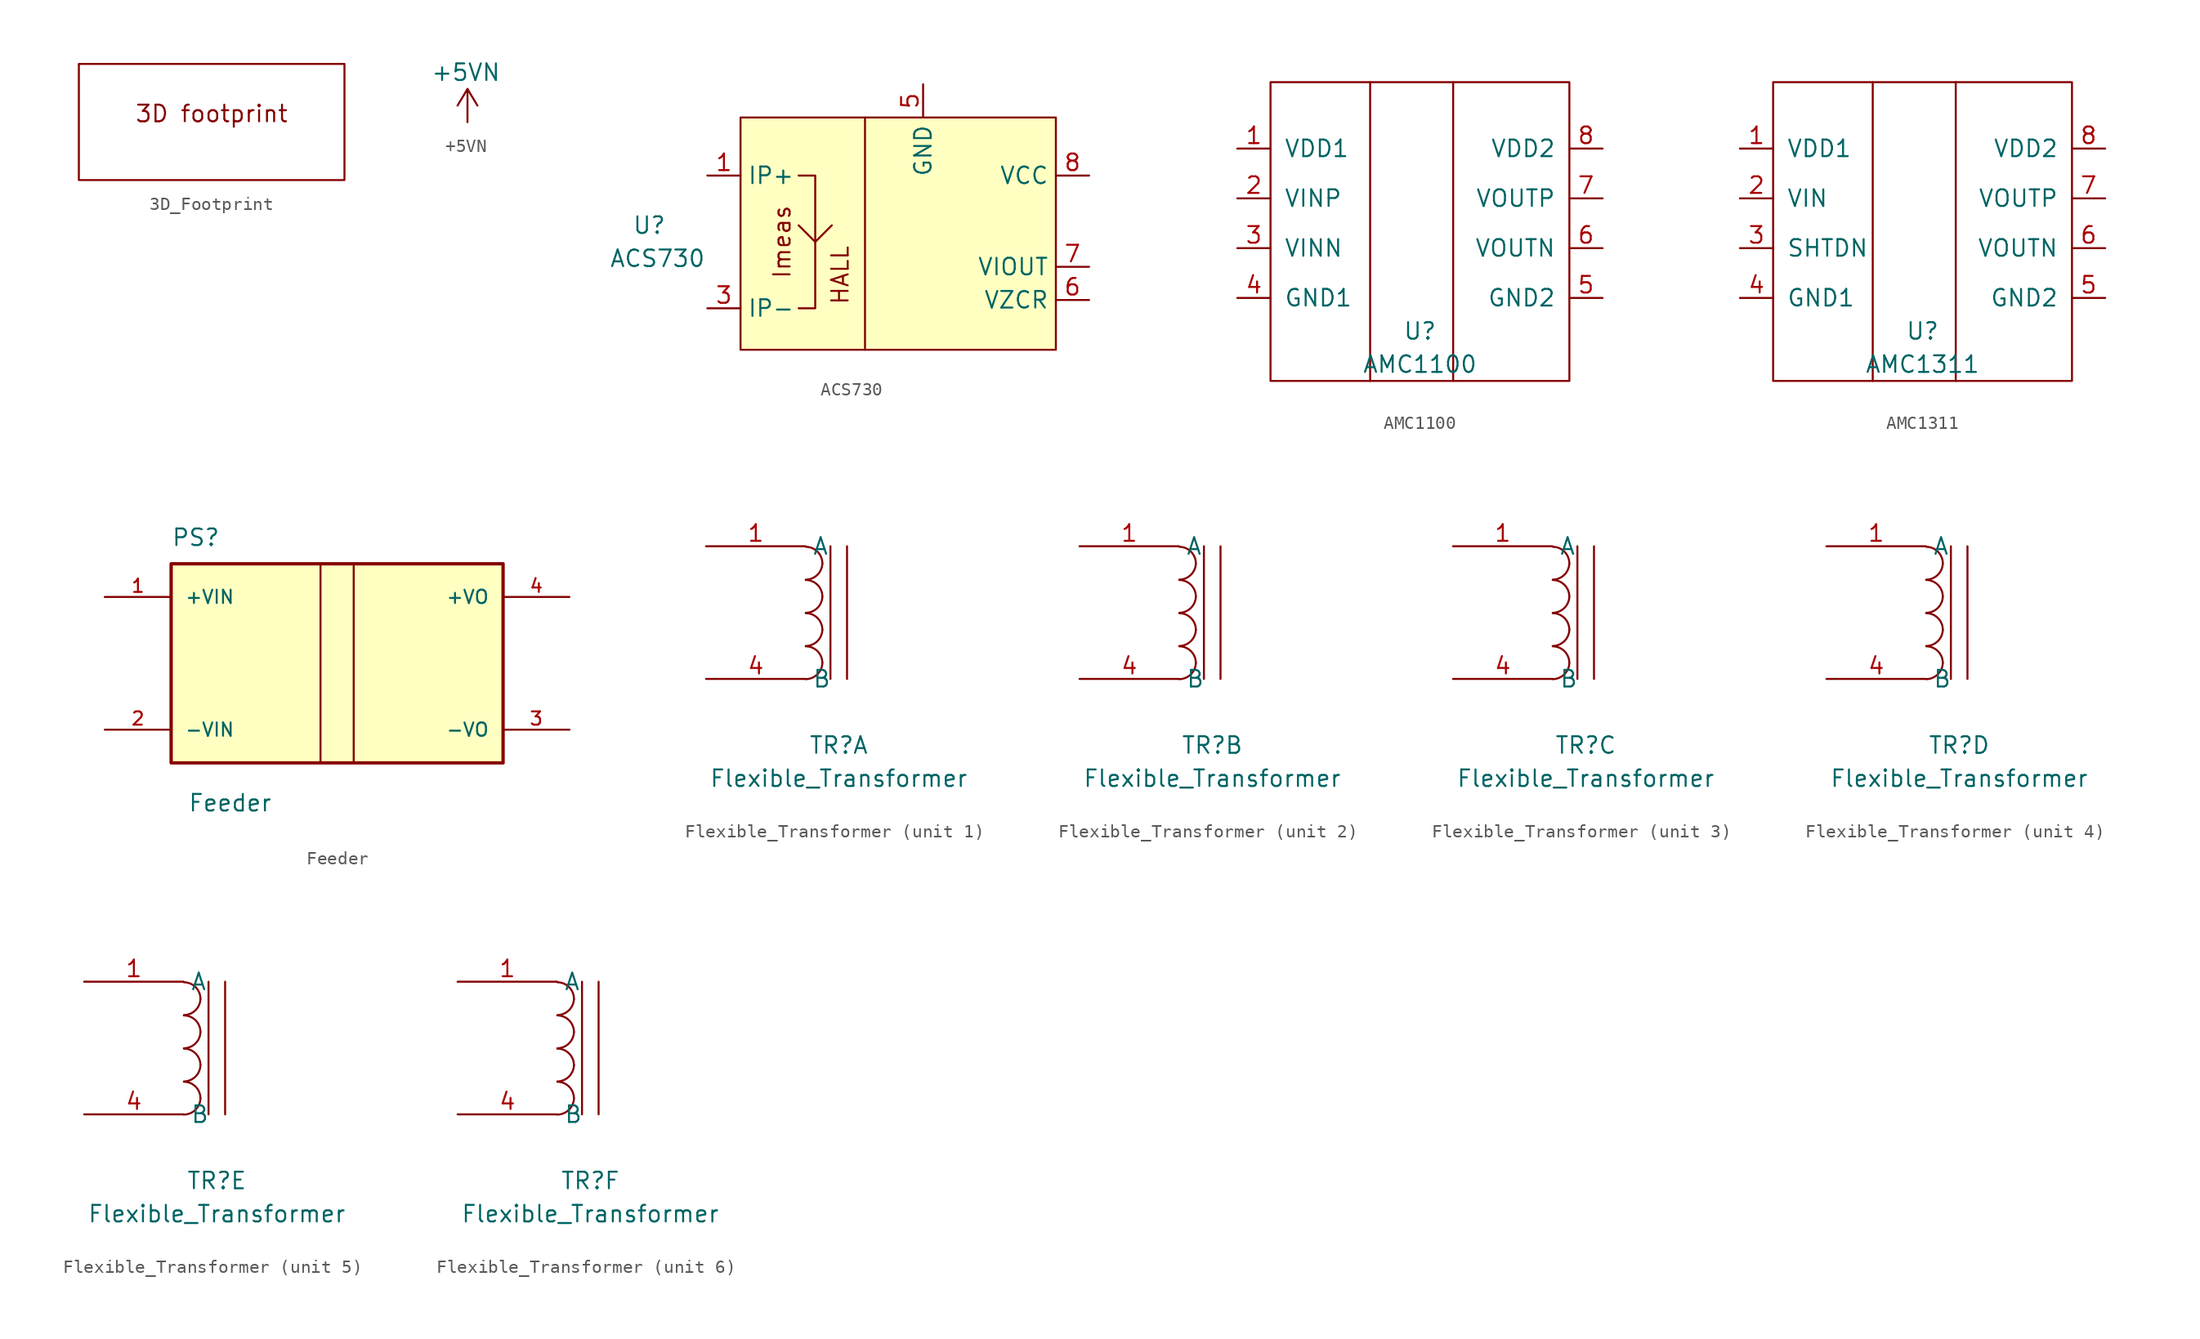
<source format=kicad_sym>
(kicad_symbol_lib
  (version 20211014)
  (generator kicad_symbol_editor)
  (symbol "3D_Footprint"
    (pin_names
      (offset 1.016))
    (property "Reference" "3D"
      (at 0 0 0)
      (effects (font (size 1.27 1.27)) hide))
    (symbol "3D_Footprint_0_0"
      (text "3D footprint" (at 0 0 0) (effects (font (size 1.27 1.27)))))
    (symbol "3D_Footprint_0_1"
      (rectangle (start -10.16 3.81) (end 10.16 -5.08) (stroke (width 0) (type default) (color 0 0 0 0)) (fill (type none)))))
  (symbol "+5VN"
    (power)
    (property "Reference" "#PWR"
      (at 1.778 0 90)
      (effects (font (size 1.27 1.27)) hide))
    (property "Value" "+5VN"
      (at -0.127 3.81 0)
      (effects (font (size 1.27 1.27))))
    (symbol "+5VN_0_1"
      (polyline (pts (xy -0.762 1.27) (xy 0 2.54)) (stroke (width 0) (type default) (color 0 0 0 0)) (fill (type none)))
      (polyline (pts (xy 0 0) (xy 0 2.54)) (stroke (width 0) (type default) (color 0 0 0 0)) (fill (type none)))
      (polyline (pts (xy 0 2.54) (xy 0.762 1.27)) (stroke (width 0) (type default) (color 0 0 0 0)) (fill (type none))))
    (symbol "+5VN_1_1"
      (pin power_in line (at 0 0 90) (length 0) hide (name "+5VN" (effects (font (size 1.27 1.27)))) (number "1" (effects (font (size 1.27 1.27)))))))
  (symbol "ACS730"
    (property "Reference" "U"
      (at -15.875 -0.635 0)
      (effects (font (size 1.27 1.27))))
    (property "Value" "ACS730"
      (at -15.24 -3.175 0)
      (effects (font (size 1.27 1.27))))
    (symbol "ACS730_0_0"
      (rectangle (start -8.89 7.62) (end 15.24 -10.16) (stroke (width 0) (type default) (color 0 0 0 0)) (fill (type background)))
      (polyline (pts (xy 0.635 7.62) (xy 0.635 -10.16)) (stroke (width 0) (type default) (color 0 0 0 0)) (fill (type none)))
      (polyline (pts (xy -4.445 -0.635) (xy -3.175 -1.905) (xy -1.905 -0.635)) (stroke (width 0) (type default) (color 0 0 0 0)) (fill (type none)))
      (text "HALL" (at -1.27 -4.445 900) (effects (font (size 1.27 1.27))))
      (text "Imeas" (at -5.715 -1.905 900) (effects (font (size 1.27 1.27)))))
    (symbol "ACS730_0_1"
      (polyline (pts (xy -4.445 3.175) (xy -3.175 3.175) (xy -3.175 -6.985) (xy -4.445 -6.985)) (stroke (width 0) (type default) (color 0 0 0 0)) (fill (type none))))
    (symbol "ACS730_1_1"
      (pin passive line (at -11.43 3.175 0) (length 2.54) (name "IP+" (effects (font (size 1.27 1.27)))) (number "1" (effects (font (size 1.27 1.27)))))
      (pin passive line (at -11.43 3.175 0) (length 2.54) hide (name "IP+" (effects (font (size 1.27 1.27)))) (number "2" (effects (font (size 1.27 1.27)))))
      (pin passive line (at -11.43 -6.985 0) (length 2.54) (name "IP-" (effects (font (size 1.27 1.27)))) (number "3" (effects (font (size 1.27 1.27)))))
      (pin passive line (at -11.43 -6.985 0) (length 2.54) hide (name "IP-" (effects (font (size 1.27 1.27)))) (number "4" (effects (font (size 1.27 1.27)))))
      (pin power_in line (at 5.08 10.16 270) (length 2.54) (name "GND" (effects (font (size 1.27 1.27)))) (number "5" (effects (font (size 1.27 1.27)))))
      (pin passive line (at 17.78 -6.35 180) (length 2.54) (name "VZCR" (effects (font (size 1.27 1.27)))) (number "6" (effects (font (size 1.27 1.27)))))
      (pin output line (at 17.78 -3.81 180) (length 2.54) (name "VIOUT" (effects (font (size 1.27 1.27)))) (number "7" (effects (font (size 1.27 1.27)))))
      (pin power_in line (at 17.78 3.175 180) (length 2.54) (name "VCC" (effects (font (size 1.27 1.27)))) (number "8" (effects (font (size 1.27 1.27)))))))
  (symbol "AMC1100"
    (pin_names
      (offset 1.016))
    (property "Reference" "U"
      (at 0 -6.35 0)
      (effects (font (size 1.27 1.27))))
    (property "Value" "AMC1100"
      (at 0 -8.89 0)
      (effects (font (size 1.27 1.27))))
    (symbol "AMC1100_0_1"
      (rectangle (start -11.43 12.7) (end 11.43 -10.16) (stroke (width 0) (type default) (color 0 0 0 0)) (fill (type none)))
      (polyline (pts (xy -3.81 12.7) (xy -3.81 -10.16)) (stroke (width 0) (type default) (color 0 0 0 0)) (fill (type none)))
      (polyline (pts (xy 2.54 12.7) (xy 2.54 -10.16)) (stroke (width 0) (type default) (color 0 0 0 0)) (fill (type none))))
    (symbol "AMC1100_1_1"
      (pin power_in line (at -13.97 7.62 0) (length 2.54) (name "VDD1" (effects (font (size 1.27 1.27)))) (number "1" (effects (font (size 1.27 1.27)))))
      (pin input line (at -13.97 3.81 0) (length 2.54) (name "VINP" (effects (font (size 1.27 1.27)))) (number "2" (effects (font (size 1.27 1.27)))))
      (pin input line (at -13.97 0 0) (length 2.54) (name "VINN" (effects (font (size 1.27 1.27)))) (number "3" (effects (font (size 1.27 1.27)))))
      (pin power_in line (at -13.97 -3.81 0) (length 2.54) (name "GND1" (effects (font (size 1.27 1.27)))) (number "4" (effects (font (size 1.27 1.27)))))
      (pin power_in line (at 13.97 -3.81 180) (length 2.54) (name "GND2" (effects (font (size 1.27 1.27)))) (number "5" (effects (font (size 1.27 1.27)))))
      (pin output line (at 13.97 0 180) (length 2.54) (name "VOUTN" (effects (font (size 1.27 1.27)))) (number "6" (effects (font (size 1.27 1.27)))))
      (pin output line (at 13.97 3.81 180) (length 2.54) (name "VOUTP" (effects (font (size 1.27 1.27)))) (number "7" (effects (font (size 1.27 1.27)))))
      (pin power_in line (at 13.97 7.62 180) (length 2.54) (name "VDD2" (effects (font (size 1.27 1.27)))) (number "8" (effects (font (size 1.27 1.27)))))))
  (symbol "AMC1311"
    (pin_names
      (offset 1.016))
    (property "Reference" "U"
      (at 0 -6.35 0)
      (effects (font (size 1.27 1.27))))
    (property "Value" "AMC1311"
      (at 0 -8.89 0)
      (effects (font (size 1.27 1.27))))
    (symbol "AMC1311_0_1"
      (rectangle (start -11.43 12.7) (end 11.43 -10.16) (stroke (width 0) (type default) (color 0 0 0 0)) (fill (type none)))
      (polyline (pts (xy -3.81 12.7) (xy -3.81 -10.16)) (stroke (width 0) (type default) (color 0 0 0 0)) (fill (type none)))
      (polyline (pts (xy 2.54 12.7) (xy 2.54 -10.16)) (stroke (width 0) (type default) (color 0 0 0 0)) (fill (type none))))
    (symbol "AMC1311_1_1"
      (pin power_in line (at -13.97 7.62 0) (length 2.54) (name "VDD1" (effects (font (size 1.27 1.27)))) (number "1" (effects (font (size 1.27 1.27)))))
      (pin input line (at -13.97 3.81 0) (length 2.54) (name "VIN" (effects (font (size 1.27 1.27)))) (number "2" (effects (font (size 1.27 1.27)))))
      (pin input line (at -13.97 0 0) (length 2.54) (name "SHTDN" (effects (font (size 1.27 1.27)))) (number "3" (effects (font (size 1.27 1.27)))))
      (pin power_in line (at -13.97 -3.81 0) (length 2.54) (name "GND1" (effects (font (size 1.27 1.27)))) (number "4" (effects (font (size 1.27 1.27)))))
      (pin power_in line (at 13.97 -3.81 180) (length 2.54) (name "GND2" (effects (font (size 1.27 1.27)))) (number "5" (effects (font (size 1.27 1.27)))))
      (pin output line (at 13.97 0 180) (length 2.54) (name "VOUTN" (effects (font (size 1.27 1.27)))) (number "6" (effects (font (size 1.27 1.27)))))
      (pin output line (at 13.97 3.81 180) (length 2.54) (name "VOUTP" (effects (font (size 1.27 1.27)))) (number "7" (effects (font (size 1.27 1.27)))))
      (pin power_in line (at 13.97 7.62 180) (length 2.54) (name "VDD2" (effects (font (size 1.27 1.27)))) (number "8" (effects (font (size 1.27 1.27)))))))
  (symbol "Feeder"
    (pin_names
      (offset 1.016))
    (property "Reference" "PS"
      (at -12.7 8.89 0)
      (effects (font (size 1.27 1.27)) (justify left bottom)))
    (property "Value" "Feeder"
      (at -11.43 -11.43 0)
      (effects (font (size 1.27 1.27)) (justify left bottom)))
    (symbol "Feeder_0_0"
      (rectangle (start -12.7 -7.62) (end 12.7 7.62) (stroke (width 0.254) (type default) (color 0 0 0 0)) (fill (type background)))
      (pin input line (at -17.78 5.08 0) (length 5.08) (name "+VIN" (effects (font (size 1.016 1.016)))) (number "1" (effects (font (size 1.016 1.016)))))
      (pin input line (at -17.78 -5.08 0) (length 5.08) (name "-VIN" (effects (font (size 1.016 1.016)))) (number "2" (effects (font (size 1.016 1.016)))))
      (pin output line (at 17.78 -5.08 180) (length 5.08) (name "-VO" (effects (font (size 1.016 1.016)))) (number "3" (effects (font (size 1.016 1.016)))))
      (pin output line (at 17.78 5.08 180) (length 5.08) (name "+VO" (effects (font (size 1.016 1.016)))) (number "4" (effects (font (size 1.016 1.016))))))
    (symbol "Feeder_0_1"
      (polyline (pts (xy -1.27 7.62) (xy -1.27 -7.62)) (stroke (width 0) (type default) (color 0 0 0 0)) (fill (type none)))
      (polyline (pts (xy 1.27 7.62) (xy 1.27 -7.62)) (stroke (width 0) (type default) (color 0 0 0 0)) (fill (type none)))))
  (symbol "Flexible_Transformer"
    (property "Reference" "TR"
      (at 0 0 0)
      (effects (font (size 1.27 1.27))))
    (property "Value" "Flexible_Transformer"
      (at 0 -2.54 0)
      (effects (font (size 1.27 1.27))))
    (property "ki_locked" ""
      (at 0 0 0)
      (effects (font (size 1.27 1.27))))
    (symbol "Flexible_Transformer_0_1"
      (arc (start -2.5215 5.0609) (mid -1.6376 5.4292) (end -1.2515 6.3055) (stroke (width 0) (type default) (color 0 0 0 0)) (fill (type none)))
      (arc (start -2.5215 7.6009) (mid -1.6376 7.9692) (end -1.2515 8.8455) (stroke (width 0) (type default) (color 0 0 0 0)) (fill (type none)))
      (arc (start -2.5215 10.1409) (mid -1.6376 10.5092) (end -1.2515 11.3855) (stroke (width 0) (type default) (color 0 0 0 0)) (fill (type none)))
      (arc (start -2.5215 12.6809) (mid -1.6376 13.0492) (end -1.2515 13.9255) (stroke (width 0) (type default) (color 0 0 0 0)) (fill (type none)))
      (arc (start -1.2515 6.3055) (mid -1.6235 7.2035) (end -2.5215 7.5755) (stroke (width 0) (type default) (color 0 0 0 0)) (fill (type none)))
      (arc (start -1.2515 8.8455) (mid -1.6235 9.7435) (end -2.5215 10.1155) (stroke (width 0) (type default) (color 0 0 0 0)) (fill (type none)))
      (arc (start -1.2515 11.3855) (mid -1.6235 12.2835) (end -2.5215 12.6555) (stroke (width 0) (type default) (color 0 0 0 0)) (fill (type none)))
      (arc (start -1.2515 13.9255) (mid -1.6235 14.8235) (end -2.5215 15.1955) (stroke (width 0) (type default) (color 0 0 0 0)) (fill (type none)))
      (polyline (pts (xy -0.635 15.24) (xy -0.635 5.08)) (stroke (width 0) (type default) (color 0 0 0 0)) (fill (type none)))
      (polyline (pts (xy 0.635 5.08) (xy 0.635 15.24)) (stroke (width 0) (type default) (color 0 0 0 0)) (fill (type none))))
    (symbol "Flexible_Transformer_1_1"
      (pin passive line (at -10.16 15.24 0) (length 7.62) (name "A" (effects (font (size 1.27 1.27)))) (number "1" (effects (font (size 1.27 1.27)))))
      (pin passive line (at -10.16 5.08 0) (length 7.62) (name "B" (effects (font (size 1.27 1.27)))) (number "4" (effects (font (size 1.27 1.27))))))
    (symbol "Flexible_Transformer_2_1"
      (pin passive line (at -10.16 15.24 0) (length 7.62) (name "A" (effects (font (size 1.27 1.27)))) (number "1" (effects (font (size 1.27 1.27)))))
      (pin passive line (at -10.16 5.08 0) (length 7.62) (name "B" (effects (font (size 1.27 1.27)))) (number "4" (effects (font (size 1.27 1.27))))))
    (symbol "Flexible_Transformer_3_1"
      (pin passive line (at -10.16 15.24 0) (length 7.62) (name "A" (effects (font (size 1.27 1.27)))) (number "1" (effects (font (size 1.27 1.27)))))
      (pin passive line (at -10.16 5.08 0) (length 7.62) (name "B" (effects (font (size 1.27 1.27)))) (number "4" (effects (font (size 1.27 1.27))))))
    (symbol "Flexible_Transformer_4_1"
      (pin passive line (at -10.16 15.24 0) (length 7.62) (name "A" (effects (font (size 1.27 1.27)))) (number "1" (effects (font (size 1.27 1.27)))))
      (pin passive line (at -10.16 5.08 0) (length 7.62) (name "B" (effects (font (size 1.27 1.27)))) (number "4" (effects (font (size 1.27 1.27))))))
    (symbol "Flexible_Transformer_5_1"
      (pin passive line (at -10.16 15.24 0) (length 7.62) (name "A" (effects (font (size 1.27 1.27)))) (number "1" (effects (font (size 1.27 1.27)))))
      (pin passive line (at -10.16 5.08 0) (length 7.62) (name "B" (effects (font (size 1.27 1.27)))) (number "4" (effects (font (size 1.27 1.27))))))
    (symbol "Flexible_Transformer_6_1"
      (pin passive line (at -10.16 15.24 0) (length 7.62) (name "A" (effects (font (size 1.27 1.27)))) (number "1" (effects (font (size 1.27 1.27)))))
      (pin passive line (at -10.16 5.08 0) (length 7.62) (name "B" (effects (font (size 1.27 1.27)))) (number "4" (effects (font (size 1.27 1.27))))))))
</source>
